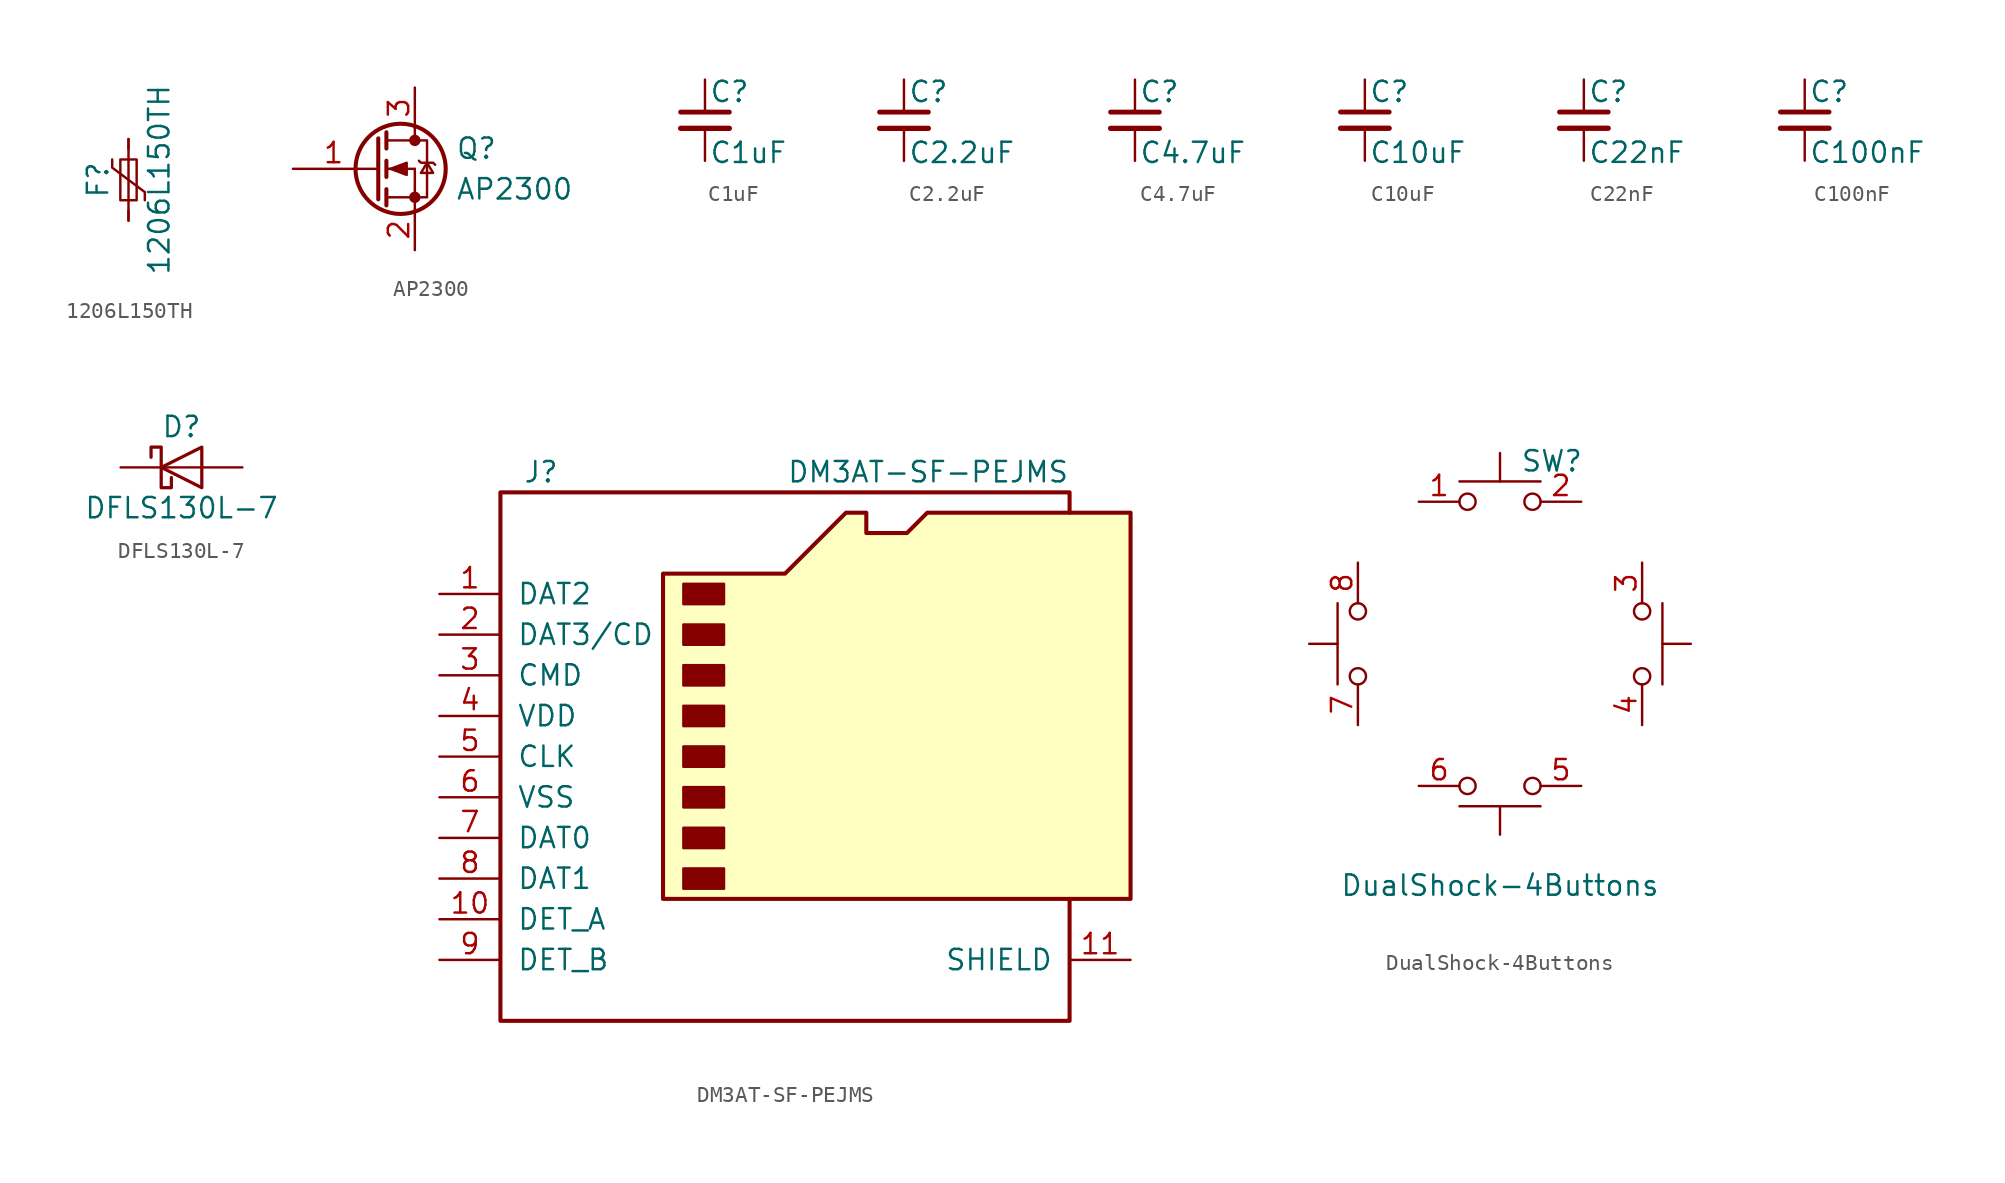
<source format=kicad_sym>
(kicad_symbol_lib
  (version 20201005)
  (generator kicad_symbol_editor)
  (symbol "1206L150TH"
    (pin_numbers hide)
    (pin_names
      (offset 0))
    (property "Reference" "F"
      (at -1.905 0 90)
      (effects (font (size 1.27 1.27))))
    (property "Value" "1206L150TH"
      (at 1.905 0 90)
      (effects (font (size 1.27 1.27))))
    (symbol "1206L150TH_0_1"
      (rectangle (start -0.508 1.27) (end 0.508 -1.27) (stroke (width 0)) (fill (type none)))
      (polyline (pts (xy 0 2.54) (xy 0 -2.54)) (stroke (width 0)) (fill (type none)))
      (polyline (pts (xy -1.016 1.27) (xy -1.016 0.762) (xy 1.016 -0.762) (xy 1.016 -1.27)) (stroke (width 0)) (fill (type none))))
    (symbol "1206L150TH_1_1"
      (pin passive line (at 0 2.54 270) (length 0.635) (name "~" (effects (font (size 1.27 1.27)))) (number "1" (effects (font (size 1.27 1.27)))))
      (pin passive line (at 0 -2.54 90) (length 0.635) (name "~" (effects (font (size 1.27 1.27)))) (number "2" (effects (font (size 1.27 1.27)))))))
  (symbol "AP2300"
    (pin_names
      (offset 0) hide)
    (property "Reference" "Q"
      (at 5.08 1.27 0)
      (effects (font (size 1.27 1.27)) (justify left)))
    (property "Value" "AP2300"
      (at 5.08 -1.27 0)
      (effects (font (size 1.27 1.27)) (justify left)))
    (symbol "AP2300_0_1"
      (circle (center 1.651 0) (radius 2.819) (stroke (width 0.254)) (fill (type none)))
      (circle (center 2.54 -1.778) (radius 0.279) (stroke (width 0)) (fill (type outline)))
      (circle (center 2.54 1.778) (radius 0.279) (stroke (width 0)) (fill (type outline)))
      (polyline (pts (xy 0.051 0) (xy 0.254 0)) (stroke (width 0)) (fill (type none)))
      (polyline (pts (xy 0.762 -1.778) (xy 2.54 -1.778)) (stroke (width 0)) (fill (type none)))
      (polyline (pts (xy 0.762 -1.27) (xy 0.762 -2.286)) (stroke (width 0.254)) (fill (type none)))
      (polyline (pts (xy 0.762 0) (xy 2.54 0)) (stroke (width 0)) (fill (type none)))
      (polyline (pts (xy 0.762 0.508) (xy 0.762 -0.508)) (stroke (width 0.254)) (fill (type none)))
      (polyline (pts (xy 0.762 1.778) (xy 2.54 1.778)) (stroke (width 0)) (fill (type none)))
      (polyline (pts (xy 0.762 2.286) (xy 0.762 1.27)) (stroke (width 0.254)) (fill (type none)))
      (polyline (pts (xy 2.54 -1.778) (xy 2.54 -2.54)) (stroke (width 0)) (fill (type none)))
      (polyline (pts (xy 2.54 -1.778) (xy 2.54 0)) (stroke (width 0)) (fill (type none)))
      (polyline (pts (xy 2.54 2.54) (xy 2.54 1.778)) (stroke (width 0)) (fill (type none)))
      (polyline (pts (xy 0.254 1.905) (xy 0.254 -1.905) (xy 0.254 -1.905)) (stroke (width 0.254)) (fill (type none)))
      (polyline (pts (xy 1.016 0) (xy 2.032 0.381) (xy 2.032 -0.381) (xy 1.016 0)) (stroke (width 0)) (fill (type outline)))
      (polyline (pts (xy 2.54 -1.778) (xy 3.302 -1.778) (xy 3.302 1.778) (xy 2.54 1.778)) (stroke (width 0)) (fill (type none)))
      (polyline (pts (xy 2.794 0.508) (xy 2.921 0.381) (xy 3.683 0.381) (xy 3.81 0.254)) (stroke (width 0)) (fill (type none)))
      (polyline (pts (xy 3.302 0.381) (xy 2.921 -0.254) (xy 3.683 -0.254) (xy 3.302 0.381)) (stroke (width 0)) (fill (type none))))
    (symbol "AP2300_1_1"
      (pin input line (at -5.08 0 0) (length 5.08) (name "G" (effects (font (size 1.27 1.27)))) (number "1" (effects (font (size 1.27 1.27)))))
      (pin passive line (at 2.54 -5.08 90) (length 2.54) (name "S" (effects (font (size 1.27 1.27)))) (number "2" (effects (font (size 1.27 1.27)))))
      (pin passive line (at 2.54 5.08 270) (length 2.54) (name "D" (effects (font (size 1.27 1.27)))) (number "3" (effects (font (size 1.27 1.27)))))))
  (symbol "C1uF"
    (pin_numbers hide)
    (pin_names
      (offset 0.254) hide)
    (property "Reference" "C"
      (at 0.254 1.778 0)
      (effects (font (size 1.27 1.27)) (justify left)))
    (property "Value" "C1uF"
      (at 0.254 -2.032 0)
      (effects (font (size 1.27 1.27)) (justify left)))
    (symbol "C1uF_0_1"
      (polyline (pts (xy -1.524 -0.508) (xy 1.524 -0.508)) (stroke (width 0.33)) (fill (type none)))
      (polyline (pts (xy -1.524 0.508) (xy 1.524 0.508)) (stroke (width 0.305)) (fill (type none))))
    (symbol "C1uF_1_1"
      (pin passive line (at 0 2.54 270) (length 2.032) (name "~" (effects (font (size 1.27 1.27)))) (number "1" (effects (font (size 1.27 1.27)))))
      (pin passive line (at 0 -2.54 90) (length 2.032) (name "~" (effects (font (size 1.27 1.27)))) (number "2" (effects (font (size 1.27 1.27)))))))
  (symbol "C2.2uF"
    (pin_numbers hide)
    (pin_names
      (offset 0.254) hide)
    (property "Reference" "C"
      (at 0.254 1.778 0)
      (effects (font (size 1.27 1.27)) (justify left)))
    (property "Value" "C2.2uF"
      (at 0.254 -2.032 0)
      (effects (font (size 1.27 1.27)) (justify left)))
    (symbol "C2.2uF_0_1"
      (polyline (pts (xy -1.524 -0.508) (xy 1.524 -0.508)) (stroke (width 0.33)) (fill (type none)))
      (polyline (pts (xy -1.524 0.508) (xy 1.524 0.508)) (stroke (width 0.305)) (fill (type none))))
    (symbol "C2.2uF_1_1"
      (pin passive line (at 0 2.54 270) (length 2.032) (name "~" (effects (font (size 1.27 1.27)))) (number "1" (effects (font (size 1.27 1.27)))))
      (pin passive line (at 0 -2.54 90) (length 2.032) (name "~" (effects (font (size 1.27 1.27)))) (number "2" (effects (font (size 1.27 1.27)))))))
  (symbol "C4.7uF"
    (pin_numbers hide)
    (pin_names
      (offset 0.254) hide)
    (property "Reference" "C"
      (at 0.254 1.778 0)
      (effects (font (size 1.27 1.27)) (justify left)))
    (property "Value" "C4.7uF"
      (at 0.254 -2.032 0)
      (effects (font (size 1.27 1.27)) (justify left)))
    (symbol "C4.7uF_0_1"
      (polyline (pts (xy -1.524 -0.508) (xy 1.524 -0.508)) (stroke (width 0.33)) (fill (type none)))
      (polyline (pts (xy -1.524 0.508) (xy 1.524 0.508)) (stroke (width 0.305)) (fill (type none))))
    (symbol "C4.7uF_1_1"
      (pin passive line (at 0 2.54 270) (length 2.032) (name "~" (effects (font (size 1.27 1.27)))) (number "1" (effects (font (size 1.27 1.27)))))
      (pin passive line (at 0 -2.54 90) (length 2.032) (name "~" (effects (font (size 1.27 1.27)))) (number "2" (effects (font (size 1.27 1.27)))))))
  (symbol "C10uF"
    (pin_numbers hide)
    (pin_names
      (offset 0.254) hide)
    (property "Reference" "C"
      (at 0.254 1.778 0)
      (effects (font (size 1.27 1.27)) (justify left)))
    (property "Value" "C10uF"
      (at 0.254 -2.032 0)
      (effects (font (size 1.27 1.27)) (justify left)))
    (symbol "C10uF_0_1"
      (polyline (pts (xy -1.524 -0.508) (xy 1.524 -0.508)) (stroke (width 0.33)) (fill (type none)))
      (polyline (pts (xy -1.524 0.508) (xy 1.524 0.508)) (stroke (width 0.305)) (fill (type none))))
    (symbol "C10uF_1_1"
      (pin passive line (at 0 2.54 270) (length 2.032) (name "~" (effects (font (size 1.27 1.27)))) (number "1" (effects (font (size 1.27 1.27)))))
      (pin passive line (at 0 -2.54 90) (length 2.032) (name "~" (effects (font (size 1.27 1.27)))) (number "2" (effects (font (size 1.27 1.27)))))))
  (symbol "C22nF"
    (pin_numbers hide)
    (pin_names
      (offset 0.254) hide)
    (property "Reference" "C"
      (at 0.254 1.778 0)
      (effects (font (size 1.27 1.27)) (justify left)))
    (property "Value" "C22nF"
      (at 0.254 -2.032 0)
      (effects (font (size 1.27 1.27)) (justify left)))
    (symbol "C22nF_0_1"
      (polyline (pts (xy -1.524 -0.508) (xy 1.524 -0.508)) (stroke (width 0.33)) (fill (type none)))
      (polyline (pts (xy -1.524 0.508) (xy 1.524 0.508)) (stroke (width 0.305)) (fill (type none))))
    (symbol "C22nF_1_1"
      (pin passive line (at 0 2.54 270) (length 2.032) (name "~" (effects (font (size 1.27 1.27)))) (number "1" (effects (font (size 1.27 1.27)))))
      (pin passive line (at 0 -2.54 90) (length 2.032) (name "~" (effects (font (size 1.27 1.27)))) (number "2" (effects (font (size 1.27 1.27)))))))
  (symbol "C100nF"
    (pin_numbers hide)
    (pin_names
      (offset 0.254) hide)
    (property "Reference" "C"
      (at 0.254 1.778 0)
      (effects (font (size 1.27 1.27)) (justify left)))
    (property "Value" "C100nF"
      (at 0.254 -2.032 0)
      (effects (font (size 1.27 1.27)) (justify left)))
    (symbol "C100nF_0_1"
      (polyline (pts (xy -1.524 -0.508) (xy 1.524 -0.508)) (stroke (width 0.33)) (fill (type none)))
      (polyline (pts (xy -1.524 0.508) (xy 1.524 0.508)) (stroke (width 0.305)) (fill (type none))))
    (symbol "C100nF_1_1"
      (pin passive line (at 0 2.54 270) (length 2.032) (name "~" (effects (font (size 1.27 1.27)))) (number "1" (effects (font (size 1.27 1.27)))))
      (pin passive line (at 0 -2.54 90) (length 2.032) (name "~" (effects (font (size 1.27 1.27)))) (number "2" (effects (font (size 1.27 1.27)))))))
  (symbol "DFLS130L-7"
    (pin_numbers hide)
    (pin_names
      (offset 1.016) hide)
    (property "Reference" "D"
      (at 0 2.54 0)
      (effects (font (size 1.27 1.27))))
    (property "Value" "DFLS130L-7"
      (at 0 -2.54 0)
      (effects (font (size 1.27 1.27))))
    (symbol "DFLS130L-7_0_1"
      (polyline (pts (xy 1.27 0) (xy -1.27 0)) (stroke (width 0)) (fill (type none)))
      (polyline (pts (xy 1.27 1.27) (xy 1.27 -1.27) (xy -1.27 0) (xy 1.27 1.27)) (stroke (width 0.203)) (fill (type none)))
      (polyline (pts (xy -1.905 0.635) (xy -1.905 1.27) (xy -1.27 1.27) (xy -1.27 -1.27) (xy -0.635 -1.27) (xy -0.635 -0.635)) (stroke (width 0.203)) (fill (type none))))
    (symbol "DFLS130L-7_1_1"
      (pin passive line (at -3.81 0 0) (length 2.54) (name "K" (effects (font (size 1.27 1.27)))) (number "1" (effects (font (size 1.27 1.27)))))
      (pin passive line (at 3.81 0 180) (length 2.54) (name "A" (effects (font (size 1.27 1.27)))) (number "2" (effects (font (size 1.27 1.27)))))))
  (symbol "DM3AT-SF-PEJMS"
    (pin_names
      (offset 1.016))
    (property "Reference" "J"
      (at -16.51 17.78 0)
      (effects (font (size 1.27 1.27))))
    (property "Value" "DM3AT-SF-PEJMS"
      (at 16.51 17.78 0)
      (effects (font (size 1.27 1.27)) (justify right)))
    (symbol "DM3AT-SF-PEJMS_0_1"
      (rectangle (start -7.62 -6.985) (end -5.08 -8.255) (stroke (width 0)) (fill (type outline)))
      (rectangle (start -7.62 -4.445) (end -5.08 -5.715) (stroke (width 0)) (fill (type outline)))
      (rectangle (start -7.62 -1.905) (end -5.08 -3.175) (stroke (width 0)) (fill (type outline)))
      (rectangle (start -7.62 0.635) (end -5.08 -0.635) (stroke (width 0)) (fill (type outline)))
      (rectangle (start -7.62 3.175) (end -5.08 1.905) (stroke (width 0)) (fill (type outline)))
      (rectangle (start -7.62 5.715) (end -5.08 4.445) (stroke (width 0)) (fill (type outline)))
      (rectangle (start -7.62 8.255) (end -5.08 6.985) (stroke (width 0)) (fill (type outline)))
      (rectangle (start -7.62 10.795) (end -5.08 9.525) (stroke (width 0)) (fill (type outline)))
      (polyline (pts (xy 16.51 15.24) (xy 16.51 16.51) (xy -19.05 16.51) (xy -19.05 -16.51) (xy 16.51 -16.51) (xy 16.51 -8.89)) (stroke (width 0.254)) (fill (type none)))
      (polyline (pts (xy -8.89 -8.89) (xy -8.89 11.43) (xy -1.27 11.43) (xy 2.54 15.24) (xy 3.81 15.24) (xy 3.81 13.97) (xy 6.35 13.97) (xy 7.62 15.24) (xy 20.32 15.24) (xy 20.32 -8.89) (xy -8.89 -8.89)) (stroke (width 0.254)) (fill (type background))))
    (symbol "DM3AT-SF-PEJMS_1_1"
      (pin bidirectional line (at -22.86 10.16 0) (length 3.81) (name "DAT2" (effects (font (size 1.27 1.27)))) (number "1" (effects (font (size 1.27 1.27)))))
      (pin passive line (at -22.86 -10.16 0) (length 3.81) (name "DET_A" (effects (font (size 1.27 1.27)))) (number "10" (effects (font (size 1.27 1.27)))))
      (pin passive line (at 20.32 -12.7 180) (length 3.81) (name "SHIELD" (effects (font (size 1.27 1.27)))) (number "11" (effects (font (size 1.27 1.27)))))
      (pin bidirectional line (at -22.86 7.62 0) (length 3.81) (name "DAT3/CD" (effects (font (size 1.27 1.27)))) (number "2" (effects (font (size 1.27 1.27)))))
      (pin input line (at -22.86 5.08 0) (length 3.81) (name "CMD" (effects (font (size 1.27 1.27)))) (number "3" (effects (font (size 1.27 1.27)))))
      (pin power_in line (at -22.86 2.54 0) (length 3.81) (name "VDD" (effects (font (size 1.27 1.27)))) (number "4" (effects (font (size 1.27 1.27)))))
      (pin input line (at -22.86 0 0) (length 3.81) (name "CLK" (effects (font (size 1.27 1.27)))) (number "5" (effects (font (size 1.27 1.27)))))
      (pin power_in line (at -22.86 -2.54 0) (length 3.81) (name "VSS" (effects (font (size 1.27 1.27)))) (number "6" (effects (font (size 1.27 1.27)))))
      (pin input line (at -22.86 -5.08 0) (length 3.81) (name "DAT0" (effects (font (size 1.27 1.27)))) (number "7" (effects (font (size 1.27 1.27)))))
      (pin input line (at -22.86 -7.62 0) (length 3.81) (name "DAT1" (effects (font (size 1.27 1.27)))) (number "8" (effects (font (size 1.27 1.27)))))
      (pin passive line (at -22.86 -12.7 0) (length 3.81) (name "DET_B" (effects (font (size 1.27 1.27)))) (number "9" (effects (font (size 1.27 1.27)))))))
  (symbol "DualShock-4Buttons"
    (pin_names
      (offset 1.016) hide)
    (property "Reference" "SW"
      (at 1.27 11.43 0)
      (effects (font (size 1.27 1.27)) (justify left)))
    (property "Value" "DualShock-4Buttons"
      (at 0 -15.113 0)
      (effects (font (size 1.27 1.27))))
    (symbol "DualShock-4Buttons_0_1"
      (circle (center -8.89 -2.032) (radius 0.508) (stroke (width 0)) (fill (type none)))
      (circle (center -8.89 2.032) (radius 0.508) (stroke (width 0)) (fill (type none)))
      (circle (center -2.032 -8.89) (radius 0.508) (stroke (width 0)) (fill (type none)))
      (circle (center -2.032 8.89) (radius 0.508) (stroke (width 0)) (fill (type none)))
      (circle (center 2.032 -8.89) (radius 0.508) (stroke (width 0)) (fill (type none)))
      (circle (center 2.032 8.89) (radius 0.508) (stroke (width 0)) (fill (type none)))
      (circle (center 8.89 -2.032) (radius 0.508) (stroke (width 0)) (fill (type none)))
      (circle (center 8.89 2.032) (radius 0.508) (stroke (width 0)) (fill (type none)))
      (polyline (pts (xy -10.16 0) (xy -11.938 0)) (stroke (width 0)) (fill (type none)))
      (polyline (pts (xy -10.16 2.54) (xy -10.16 -2.54)) (stroke (width 0)) (fill (type none)))
      (polyline (pts (xy -2.54 -10.16) (xy 2.54 -10.16)) (stroke (width 0)) (fill (type none)))
      (polyline (pts (xy 0 -10.16) (xy 0 -11.938)) (stroke (width 0)) (fill (type none)))
      (polyline (pts (xy 0 10.16) (xy 0 11.938)) (stroke (width 0)) (fill (type none)))
      (polyline (pts (xy 2.54 10.16) (xy -2.54 10.16)) (stroke (width 0)) (fill (type none)))
      (polyline (pts (xy 10.16 -2.54) (xy 10.16 2.54)) (stroke (width 0)) (fill (type none)))
      (polyline (pts (xy 10.16 0) (xy 11.938 0)) (stroke (width 0)) (fill (type none)))
      (pin passive line (at -5.08 8.89 0) (length 2.54) (name "1" (effects (font (size 1.27 1.27)))) (number "1" (effects (font (size 1.27 1.27)))))
      (pin passive line (at 5.08 8.89 180) (length 2.54) (name "2" (effects (font (size 1.27 1.27)))) (number "2" (effects (font (size 1.27 1.27)))))
      (pin passive line (at 8.89 5.08 270) (length 2.54) (name "3" (effects (font (size 1.27 1.27)))) (number "3" (effects (font (size 1.27 1.27)))))
      (pin passive line (at 8.89 -5.08 90) (length 2.54) (name "4" (effects (font (size 1.27 1.27)))) (number "4" (effects (font (size 1.27 1.27)))))
      (pin passive line (at 5.08 -8.89 180) (length 2.54) (name "5" (effects (font (size 1.27 1.27)))) (number "5" (effects (font (size 1.27 1.27)))))
      (pin passive line (at -5.08 -8.89 0) (length 2.54) (name "6" (effects (font (size 1.27 1.27)))) (number "6" (effects (font (size 1.27 1.27)))))
      (pin passive line (at -8.89 -5.08 90) (length 2.54) (name "7" (effects (font (size 1.27 1.27)))) (number "7" (effects (font (size 1.27 1.27)))))
      (pin passive line (at -8.89 5.08 270) (length 2.54) (name "8" (effects (font (size 1.27 1.27)))) (number "8" (effects (font (size 1.27 1.27))))))))
</source>
